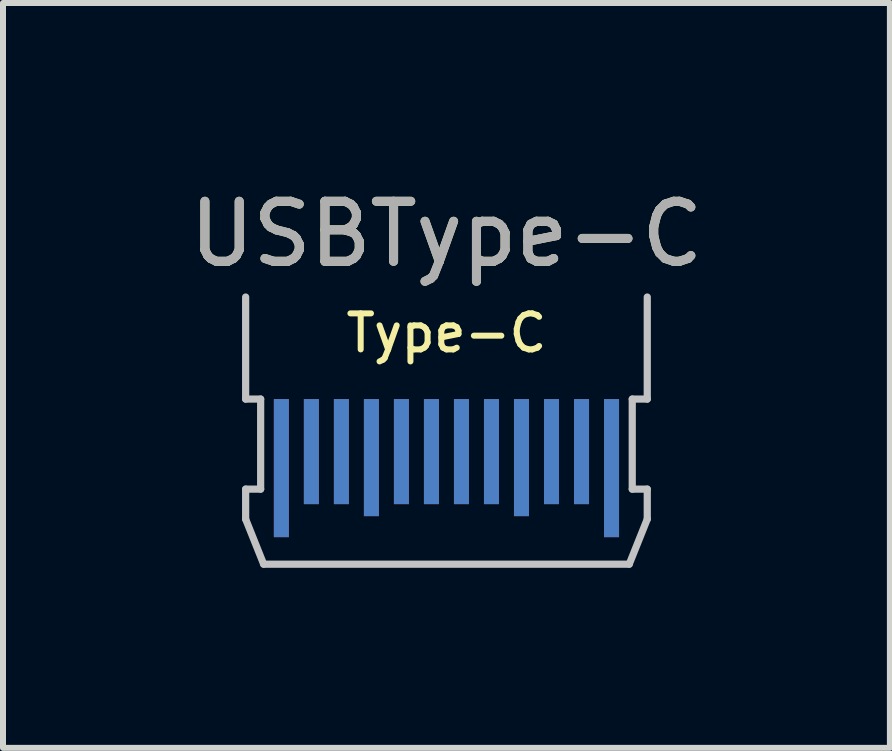
<source format=kicad_pcb>
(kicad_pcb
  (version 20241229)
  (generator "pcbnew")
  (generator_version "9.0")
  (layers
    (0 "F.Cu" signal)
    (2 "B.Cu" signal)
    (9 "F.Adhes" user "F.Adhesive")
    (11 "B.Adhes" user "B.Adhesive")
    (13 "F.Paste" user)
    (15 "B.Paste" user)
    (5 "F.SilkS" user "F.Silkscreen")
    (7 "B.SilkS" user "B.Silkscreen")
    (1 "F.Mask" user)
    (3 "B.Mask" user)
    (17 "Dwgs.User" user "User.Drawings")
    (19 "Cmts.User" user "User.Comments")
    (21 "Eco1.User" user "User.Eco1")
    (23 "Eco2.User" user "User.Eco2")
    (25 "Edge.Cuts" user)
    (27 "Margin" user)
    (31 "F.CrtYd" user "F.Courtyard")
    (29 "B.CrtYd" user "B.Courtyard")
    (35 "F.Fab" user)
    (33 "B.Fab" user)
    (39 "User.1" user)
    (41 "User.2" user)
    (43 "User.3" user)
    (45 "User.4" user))
  (footprint "USBType-C"
    (layer "F.Cu")
    (at 4.387 1.898)
    (property "Reference" "USBType-C" (at 0 -1.05 0) (unlocked yes) (layer "F.SilkS") (effects (font (size 1 1) (thickness 0.15))))
    (fp_line (start -3.345 0) (end -3.345 1.7) (stroke (width 0.12) (type solid)) (layer "Dwgs.User"))
    (fp_line (start -3.345 3.7) (end -3.345 3.2) (stroke (width 0.12) (type solid)) (layer "Dwgs.User"))
    (fp_line (start -3.095 1.7) (end -3.345 1.7) (stroke (width 0.12) (type solid)) (layer "Dwgs.User"))
    (fp_line (start -3.095 3.2) (end -3.345 3.2) (stroke (width 0.12) (type solid)) (layer "Dwgs.User"))
    (fp_line (start -3.095 3.2) (end -3.095 1.7) (stroke (width 0.12) (type solid)) (layer "Dwgs.User"))
    (fp_line (start -3.045 4.45) (end -3.345 3.7) (stroke (width 0.12) (type solid)) (layer "Dwgs.User"))
    (fp_line (start -3.045 4.45) (end 3.045 4.45) (stroke (width 0.12) (type solid)) (layer "Dwgs.User"))
    (fp_line (start 3.045 4.45) (end 3.345 3.7) (stroke (width 0.12) (type solid)) (layer "Dwgs.User"))
    (fp_line (start 3.095 1.7) (end 3.345 1.7) (stroke (width 0.12) (type solid)) (layer "Dwgs.User"))
    (fp_line (start 3.095 3.2) (end 3.095 1.7) (stroke (width 0.12) (type solid)) (layer "Dwgs.User"))
    (fp_line (start 3.095 3.2) (end 3.345 3.2) (stroke (width 0.12) (type solid)) (layer "Dwgs.User"))
    (fp_line (start 3.345 0) (end 3.345 1.7) (stroke (width 0.12) (type solid)) (layer "Dwgs.User"))
    (fp_line (start 3.345 3.7) (end 3.345 3.2) (stroke (width 0.12) (type solid)) (layer "Dwgs.User"))
    (fp_text user "Type-C" (at 0 0.6 0) (unlocked yes) (layer "F.SilkS") (effects (font (size 0.6 0.6) (thickness 0.1))))
    (fp_text user "${REFERENCE}" (at 0 -1.05 0) (unlocked yes) (layer "F.Fab") (effects (font (size 1 1) (thickness 0.15))))
    (pad "A1" smd rect (at -2.75 2.85) (size 0.25 2.3) (layers "F.Cu" "F.Mask" "F.Paste"))
    (pad "A2" smd rect (at -2.25 2.575) (size 0.25 1.75) (layers "F.Cu" "F.Mask" "F.Paste"))
    (pad "A3" smd rect (at -1.75 2.575) (size 0.25 1.75) (layers "F.Cu" "F.Mask" "F.Paste"))
    (pad "A4" smd rect (at -1.25 2.675) (size 0.25 1.95) (layers "F.Cu" "F.Mask" "F.Paste"))
    (pad "A5" smd rect (at -0.75 2.575) (size 0.25 1.75) (layers "F.Cu" "F.Mask" "F.Paste"))
    (pad "A6" smd rect (at -0.25 2.575) (size 0.25 1.75) (layers "F.Cu" "F.Mask" "F.Paste"))
    (pad "A7" smd rect (at 0.25 2.575) (size 0.25 1.75) (layers "F.Cu" "F.Mask" "F.Paste"))
    (pad "A8" smd rect (at 0.75 2.575) (size 0.25 1.75) (layers "F.Cu" "F.Mask" "F.Paste"))
    (pad "A9" smd rect (at 1.25 2.675) (size 0.25 1.95) (layers "F.Cu" "F.Mask" "F.Paste"))
    (pad "A10" smd rect (at 1.75 2.575) (size 0.25 1.75) (layers "F.Cu" "F.Mask" "F.Paste"))
    (pad "A11" smd rect (at 2.25 2.575) (size 0.25 1.75) (layers "F.Cu" "F.Mask" "F.Paste"))
    (pad "A12" smd rect (at 2.75 2.85) (size 0.25 2.3) (layers "F.Cu" "F.Mask" "F.Paste"))
    (pad "B1" smd rect (at 2.75 2.85) (size 0.25 2.3) (layers "B.Cu" "B.Mask" "B.Paste"))
    (pad "B2" smd rect (at 2.25 2.575) (size 0.25 1.75) (layers "B.Cu" "B.Mask" "B.Paste"))
    (pad "B3" smd rect (at 1.75 2.575) (size 0.25 1.75) (layers "B.Cu" "B.Mask" "B.Paste"))
    (pad "B4" smd rect (at 1.25 2.675) (size 0.25 1.95) (layers "B.Cu" "B.Mask" "B.Paste"))
    (pad "B5" smd rect (at 0.75 2.575) (size 0.25 1.75) (layers "B.Cu" "B.Mask" "B.Paste"))
    (pad "B6" smd rect (at 0.25 2.575) (size 0.25 1.75) (layers "B.Cu" "B.Mask" "B.Paste"))
    (pad "B7" smd rect (at -0.25 2.575) (size 0.25 1.75) (layers "B.Cu" "B.Mask" "B.Paste"))
    (pad "B8" smd rect (at -0.75 2.575) (size 0.25 1.75) (layers "B.Cu" "B.Mask" "B.Paste"))
    (pad "B9" smd rect (at -1.25 2.675) (size 0.25 1.95) (layers "B.Cu" "B.Mask" "B.Paste"))
    (pad "B10" smd rect (at -1.75 2.575) (size 0.25 1.75) (layers "B.Cu" "B.Mask" "B.Paste"))
    (pad "B11" smd rect (at -2.25 2.575) (size 0.25 1.75) (layers "B.Cu" "B.Mask" "B.Paste"))
    (pad "B12" smd rect (at -2.75 2.85) (size 0.25 2.3) (layers "B.Cu" "B.Mask" "B.Paste")))
  (gr_rect
    (start -3 -3)
    (end 11.774 9.408)
    (stroke (width 0.1) (type default))
    (fill no)
    (layer "Edge.Cuts")))
</source>
